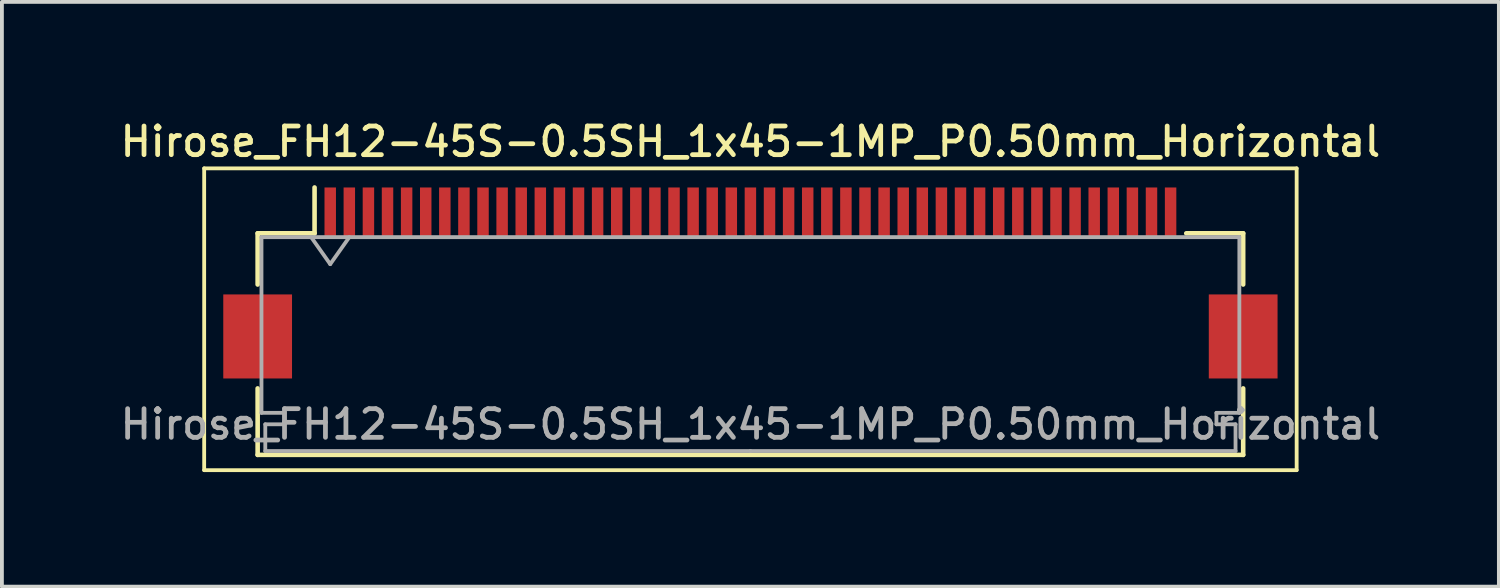
<source format=kicad_pcb>
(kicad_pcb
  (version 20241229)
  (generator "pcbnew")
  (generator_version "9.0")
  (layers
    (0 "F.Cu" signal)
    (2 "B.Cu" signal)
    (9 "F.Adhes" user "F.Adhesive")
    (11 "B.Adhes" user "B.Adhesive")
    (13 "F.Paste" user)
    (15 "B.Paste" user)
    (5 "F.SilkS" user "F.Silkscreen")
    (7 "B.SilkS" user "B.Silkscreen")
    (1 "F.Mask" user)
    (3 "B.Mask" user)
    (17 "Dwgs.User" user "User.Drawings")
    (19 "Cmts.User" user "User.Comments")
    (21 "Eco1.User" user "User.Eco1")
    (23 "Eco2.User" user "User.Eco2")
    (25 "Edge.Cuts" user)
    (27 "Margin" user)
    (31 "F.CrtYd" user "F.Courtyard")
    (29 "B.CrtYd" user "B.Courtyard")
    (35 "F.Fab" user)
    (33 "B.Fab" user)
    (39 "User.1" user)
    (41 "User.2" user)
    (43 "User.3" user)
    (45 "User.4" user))
  (footprint "Hirose_FH12-45S-0.5SH_1x45-1MP_P0.50mm_Horizontal"
    (layer "F.Cu")
    (at 16.595 4.358)
    (property "Reference" "Hirose_FH12-45S-0.5SH_1x45-1MP_P0.50mm_Horizontal" (at 0 -3.7 0) (layer "F.SilkS") (effects (font (size 0.75 0.75) (thickness 0.125))))
    (attr smd)
    (fp_line (start -14.3 -3) (end -14.3 4.9) (stroke (width 0.1) (type solid)) (layer "F.SilkS"))
    (fp_line (start -14.3 4.9) (end 14.3 4.9) (stroke (width 0.1) (type solid)) (layer "F.SilkS"))
    (fp_line (start -12.9 -1.3) (end -12.9 0.04) (stroke (width 0.12) (type solid)) (layer "F.SilkS"))
    (fp_line (start -12.9 2.76) (end -12.9 4.5) (stroke (width 0.12) (type solid)) (layer "F.SilkS"))
    (fp_line (start -12.9 4.5) (end 12.9 4.5) (stroke (width 0.12) (type solid)) (layer "F.SilkS"))
    (fp_line (start -11.41 -1.3) (end -12.9 -1.3) (stroke (width 0.12) (type solid)) (layer "F.SilkS"))
    (fp_line (start -11.41 -1.3) (end -11.41 -2.5) (stroke (width 0.12) (type solid)) (layer "F.SilkS"))
    (fp_line (start 11.41 -1.3) (end 12.9 -1.3) (stroke (width 0.12) (type solid)) (layer "F.SilkS"))
    (fp_line (start 12.9 -1.3) (end 12.9 0.04) (stroke (width 0.12) (type solid)) (layer "F.SilkS"))
    (fp_line (start 12.9 4.5) (end 12.9 2.76) (stroke (width 0.12) (type solid)) (layer "F.SilkS"))
    (fp_line (start 14.3 -3) (end -14.3 -3) (stroke (width 0.1) (type solid)) (layer "F.SilkS"))
    (fp_line (start 14.3 4.9) (end 14.3 -3) (stroke (width 0.1) (type solid)) (layer "F.SilkS"))
    (fp_line (start -12.8 -1.2) (end -12.8 3.4) (stroke (width 0.1) (type solid)) (layer "F.Fab"))
    (fp_line (start -12.8 3.4) (end -12.2 3.4) (stroke (width 0.1) (type solid)) (layer "F.Fab"))
    (fp_line (start -12.7 3.7) (end -12.7 4.4) (stroke (width 0.1) (type solid)) (layer "F.Fab"))
    (fp_line (start -12.7 4.4) (end 0 4.4) (stroke (width 0.1) (type solid)) (layer "F.Fab"))
    (fp_line (start -12.2 3.4) (end -12.2 3.7) (stroke (width 0.1) (type solid)) (layer "F.Fab"))
    (fp_line (start -12.2 3.7) (end -12.7 3.7) (stroke (width 0.1) (type solid)) (layer "F.Fab"))
    (fp_line (start -11.5 -1.2) (end -11 -0.493) (stroke (width 0.1) (type solid)) (layer "F.Fab"))
    (fp_line (start -11 -0.493) (end -10.5 -1.2) (stroke (width 0.1) (type solid)) (layer "F.Fab"))
    (fp_line (start 0 -1.2) (end -12.8 -1.2) (stroke (width 0.1) (type solid)) (layer "F.Fab"))
    (fp_line (start 0 -1.2) (end 12.8 -1.2) (stroke (width 0.1) (type solid)) (layer "F.Fab"))
    (fp_line (start 12.2 3.4) (end 12.2 3.7) (stroke (width 0.1) (type solid)) (layer "F.Fab"))
    (fp_line (start 12.2 3.7) (end 12.7 3.7) (stroke (width 0.1) (type solid)) (layer "F.Fab"))
    (fp_line (start 12.7 3.7) (end 12.7 4.4) (stroke (width 0.1) (type solid)) (layer "F.Fab"))
    (fp_line (start 12.7 4.4) (end 0 4.4) (stroke (width 0.1) (type solid)) (layer "F.Fab"))
    (fp_line (start 12.8 -1.2) (end 12.8 3.4) (stroke (width 0.1) (type solid)) (layer "F.Fab"))
    (fp_line (start 12.8 3.4) (end 12.2 3.4) (stroke (width 0.1) (type solid)) (layer "F.Fab"))
    (fp_text user "${REFERENCE}" (at 0 3.7 0) (layer "F.Fab") (effects (font (size 0.75 0.75) (thickness 0.125))))
    (pad "1" smd rect (at -11 -1.85) (size 0.3 1.3) (layers "F.Cu" "F.Mask" "F.Paste"))
    (pad "2" smd rect (at -10.5 -1.85) (size 0.3 1.3) (layers "F.Cu" "F.Mask" "F.Paste"))
    (pad "3" smd rect (at -10 -1.85) (size 0.3 1.3) (layers "F.Cu" "F.Mask" "F.Paste"))
    (pad "4" smd rect (at -9.5 -1.85) (size 0.3 1.3) (layers "F.Cu" "F.Mask" "F.Paste"))
    (pad "5" smd rect (at -9 -1.85) (size 0.3 1.3) (layers "F.Cu" "F.Mask" "F.Paste"))
    (pad "6" smd rect (at -8.5 -1.85) (size 0.3 1.3) (layers "F.Cu" "F.Mask" "F.Paste"))
    (pad "7" smd rect (at -8 -1.85) (size 0.3 1.3) (layers "F.Cu" "F.Mask" "F.Paste"))
    (pad "8" smd rect (at -7.5 -1.85) (size 0.3 1.3) (layers "F.Cu" "F.Mask" "F.Paste"))
    (pad "9" smd rect (at -7 -1.85) (size 0.3 1.3) (layers "F.Cu" "F.Mask" "F.Paste"))
    (pad "10" smd rect (at -6.5 -1.85) (size 0.3 1.3) (layers "F.Cu" "F.Mask" "F.Paste"))
    (pad "11" smd rect (at -6 -1.85) (size 0.3 1.3) (layers "F.Cu" "F.Mask" "F.Paste"))
    (pad "12" smd rect (at -5.5 -1.85) (size 0.3 1.3) (layers "F.Cu" "F.Mask" "F.Paste"))
    (pad "13" smd rect (at -5 -1.85) (size 0.3 1.3) (layers "F.Cu" "F.Mask" "F.Paste"))
    (pad "14" smd rect (at -4.5 -1.85) (size 0.3 1.3) (layers "F.Cu" "F.Mask" "F.Paste"))
    (pad "15" smd rect (at -4 -1.85) (size 0.3 1.3) (layers "F.Cu" "F.Mask" "F.Paste"))
    (pad "16" smd rect (at -3.5 -1.85) (size 0.3 1.3) (layers "F.Cu" "F.Mask" "F.Paste"))
    (pad "17" smd rect (at -3 -1.85) (size 0.3 1.3) (layers "F.Cu" "F.Mask" "F.Paste"))
    (pad "18" smd rect (at -2.5 -1.85) (size 0.3 1.3) (layers "F.Cu" "F.Mask" "F.Paste"))
    (pad "19" smd rect (at -2 -1.85) (size 0.3 1.3) (layers "F.Cu" "F.Mask" "F.Paste"))
    (pad "20" smd rect (at -1.5 -1.85) (size 0.3 1.3) (layers "F.Cu" "F.Mask" "F.Paste"))
    (pad "21" smd rect (at -1 -1.85) (size 0.3 1.3) (layers "F.Cu" "F.Mask" "F.Paste"))
    (pad "22" smd rect (at -0.5 -1.85) (size 0.3 1.3) (layers "F.Cu" "F.Mask" "F.Paste"))
    (pad "23" smd rect (at 0 -1.85) (size 0.3 1.3) (layers "F.Cu" "F.Mask" "F.Paste"))
    (pad "24" smd rect (at 0.5 -1.85) (size 0.3 1.3) (layers "F.Cu" "F.Mask" "F.Paste"))
    (pad "25" smd rect (at 1 -1.85) (size 0.3 1.3) (layers "F.Cu" "F.Mask" "F.Paste"))
    (pad "26" smd rect (at 1.5 -1.85) (size 0.3 1.3) (layers "F.Cu" "F.Mask" "F.Paste"))
    (pad "27" smd rect (at 2 -1.85) (size 0.3 1.3) (layers "F.Cu" "F.Mask" "F.Paste"))
    (pad "28" smd rect (at 2.5 -1.85) (size 0.3 1.3) (layers "F.Cu" "F.Mask" "F.Paste"))
    (pad "29" smd rect (at 3 -1.85) (size 0.3 1.3) (layers "F.Cu" "F.Mask" "F.Paste"))
    (pad "30" smd rect (at 3.5 -1.85) (size 0.3 1.3) (layers "F.Cu" "F.Mask" "F.Paste"))
    (pad "31" smd rect (at 4 -1.85) (size 0.3 1.3) (layers "F.Cu" "F.Mask" "F.Paste"))
    (pad "32" smd rect (at 4.5 -1.85) (size 0.3 1.3) (layers "F.Cu" "F.Mask" "F.Paste"))
    (pad "33" smd rect (at 5 -1.85) (size 0.3 1.3) (layers "F.Cu" "F.Mask" "F.Paste"))
    (pad "34" smd rect (at 5.5 -1.85) (size 0.3 1.3) (layers "F.Cu" "F.Mask" "F.Paste"))
    (pad "35" smd rect (at 6 -1.85) (size 0.3 1.3) (layers "F.Cu" "F.Mask" "F.Paste"))
    (pad "36" smd rect (at 6.5 -1.85) (size 0.3 1.3) (layers "F.Cu" "F.Mask" "F.Paste"))
    (pad "37" smd rect (at 7 -1.85) (size 0.3 1.3) (layers "F.Cu" "F.Mask" "F.Paste"))
    (pad "38" smd rect (at 7.5 -1.85) (size 0.3 1.3) (layers "F.Cu" "F.Mask" "F.Paste"))
    (pad "39" smd rect (at 8 -1.85) (size 0.3 1.3) (layers "F.Cu" "F.Mask" "F.Paste"))
    (pad "40" smd rect (at 8.5 -1.85) (size 0.3 1.3) (layers "F.Cu" "F.Mask" "F.Paste"))
    (pad "41" smd rect (at 9 -1.85) (size 0.3 1.3) (layers "F.Cu" "F.Mask" "F.Paste"))
    (pad "42" smd rect (at 9.5 -1.85) (size 0.3 1.3) (layers "F.Cu" "F.Mask" "F.Paste"))
    (pad "43" smd rect (at 10 -1.85) (size 0.3 1.3) (layers "F.Cu" "F.Mask" "F.Paste"))
    (pad "44" smd rect (at 10.5 -1.85) (size 0.3 1.3) (layers "F.Cu" "F.Mask" "F.Paste"))
    (pad "45" smd rect (at 11 -1.85) (size 0.3 1.3) (layers "F.Cu" "F.Mask" "F.Paste"))
    (pad "MP" smd rect (at -12.9 1.4) (size 1.8 2.2) (layers "F.Cu" "F.Mask" "F.Paste"))
    (pad "MP" smd rect (at 12.9 1.4) (size 1.8 2.2) (layers "F.Cu" "F.Mask" "F.Paste")))
  (gr_rect
    (start -3 -3)
    (end 36.189 12.308)
    (stroke (width 0.1) (type default))
    (fill no)
    (layer "Edge.Cuts")))
</source>
